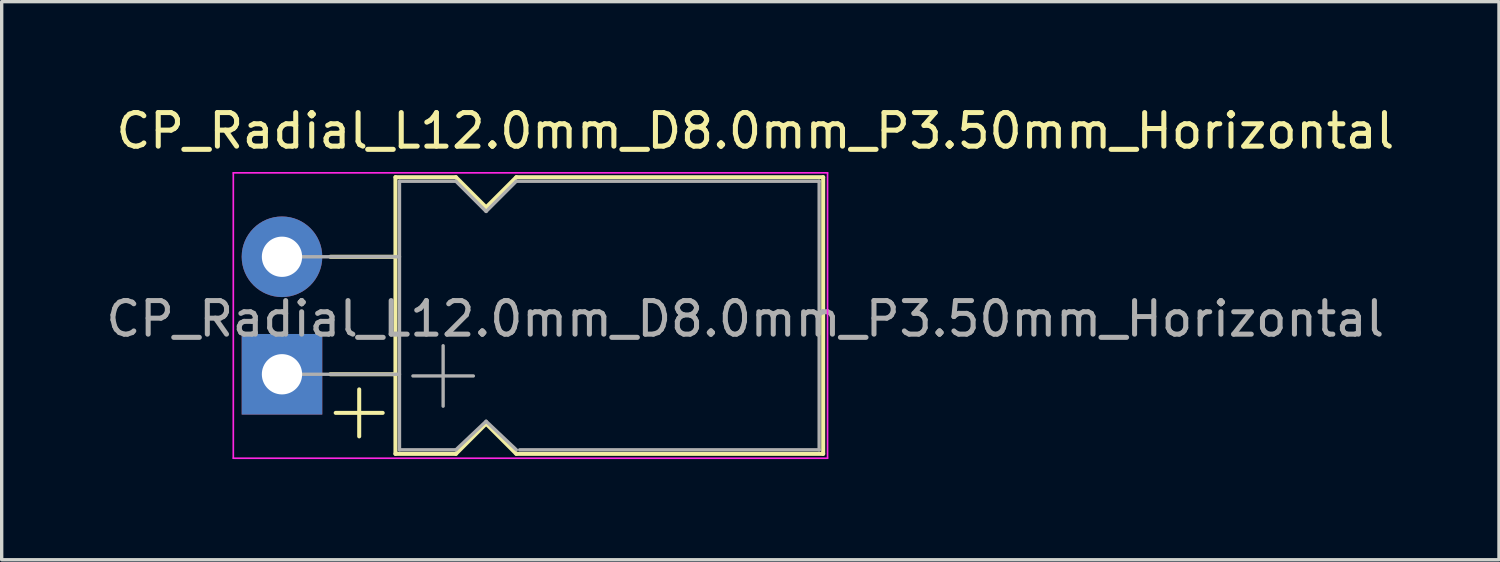
<source format=kicad_pcb>
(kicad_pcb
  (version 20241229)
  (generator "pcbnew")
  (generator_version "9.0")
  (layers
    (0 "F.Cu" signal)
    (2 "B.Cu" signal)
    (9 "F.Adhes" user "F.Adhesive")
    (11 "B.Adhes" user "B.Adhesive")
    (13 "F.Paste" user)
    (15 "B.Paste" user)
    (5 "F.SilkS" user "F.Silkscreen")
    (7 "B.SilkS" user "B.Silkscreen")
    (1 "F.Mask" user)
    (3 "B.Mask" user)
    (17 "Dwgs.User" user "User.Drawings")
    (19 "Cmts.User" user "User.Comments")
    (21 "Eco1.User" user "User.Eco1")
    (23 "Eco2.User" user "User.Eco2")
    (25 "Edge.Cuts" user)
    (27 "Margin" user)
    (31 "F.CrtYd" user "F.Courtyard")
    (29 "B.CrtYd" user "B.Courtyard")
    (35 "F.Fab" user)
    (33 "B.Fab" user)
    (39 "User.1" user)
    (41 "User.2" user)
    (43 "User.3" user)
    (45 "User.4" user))
  (footprint "CP_Radial_L12.0mm_D8.0mm_P3.50mm_Horizontal"
    (layer "F.Cu")
    (at 5.349 6.348)
    (property "Reference" "CP_Radial_L12.0mm_D8.0mm_P3.50mm_Horizontal" (at 14.1 -5.5 0) (layer "F.SilkS") (effects (font (size 1 1) (thickness 0.15))))
    (attr through_hole)
    (fp_line (start 1.44 -1.75) (end 3.38 -1.75) (stroke (width 0.12) (type solid)) (layer "F.SilkS"))
    (fp_line (start 1.44 1.75) (end 3.38 1.75) (stroke (width 0.12) (type solid)) (layer "F.SilkS"))
    (fp_line (start 1.6 2.9) (end 3 2.9) (stroke (width 0.12) (type solid)) (layer "F.SilkS"))
    (fp_line (start 2.3 2.2) (end 2.3 3.6) (stroke (width 0.12) (type solid)) (layer "F.SilkS"))
    (fp_line (start 3.38 -4.12) (end 3.38 4.12) (stroke (width 0.12) (type solid)) (layer "F.SilkS"))
    (fp_line (start 3.38 -4.12) (end 5.18 -4.12) (stroke (width 0.12) (type solid)) (layer "F.SilkS"))
    (fp_line (start 3.38 4.12) (end 5.18 4.12) (stroke (width 0.12) (type solid)) (layer "F.SilkS"))
    (fp_line (start 5.18 -4.12) (end 6.08 -3.22) (stroke (width 0.12) (type solid)) (layer "F.SilkS"))
    (fp_line (start 5.18 4.12) (end 6.08 3.22) (stroke (width 0.12) (type solid)) (layer "F.SilkS"))
    (fp_line (start 6.08 -3.22) (end 6.98 -4.12) (stroke (width 0.12) (type solid)) (layer "F.SilkS"))
    (fp_line (start 6.08 3.22) (end 6.98 4.12) (stroke (width 0.12) (type solid)) (layer "F.SilkS"))
    (fp_line (start 6.98 -4.12) (end 16.12 -4.12) (stroke (width 0.12) (type solid)) (layer "F.SilkS"))
    (fp_line (start 6.98 4.12) (end 16.12 4.12) (stroke (width 0.12) (type solid)) (layer "F.SilkS"))
    (fp_line (start 16.12 -4.12) (end 16.12 4.12) (stroke (width 0.12) (type solid)) (layer "F.SilkS"))
    (fp_line (start -1.45 -4.25) (end -1.45 4.25) (stroke (width 0.05) (type solid)) (layer "F.CrtYd"))
    (fp_line (start -1.45 4.25) (end 16.25 4.25) (stroke (width 0.05) (type solid)) (layer "F.CrtYd"))
    (fp_line (start 16.25 -4.25) (end -1.45 -4.25) (stroke (width 0.05) (type solid)) (layer "F.CrtYd"))
    (fp_line (start 16.25 4.25) (end 16.25 -4.25) (stroke (width 0.05) (type solid)) (layer "F.CrtYd"))
    (fp_line (start 0 -1.75) (end 3.5 -1.75) (stroke (width 0.1) (type solid)) (layer "F.Fab"))
    (fp_line (start 0 1.75) (end 3.5 1.75) (stroke (width 0.1) (type solid)) (layer "F.Fab"))
    (fp_line (start 3.5 -4) (end 3.5 4) (stroke (width 0.1) (type solid)) (layer "F.Fab"))
    (fp_line (start 3.5 -4) (end 5.18 -4) (stroke (width 0.1) (type solid)) (layer "F.Fab"))
    (fp_line (start 3.5 4) (end 5.18 4) (stroke (width 0.1) (type solid)) (layer "F.Fab"))
    (fp_line (start 3.9 1.8) (end 5.7 1.8) (stroke (width 0.1) (type solid)) (layer "F.Fab"))
    (fp_line (start 4.8 0.9) (end 4.8 2.7) (stroke (width 0.1) (type solid)) (layer "F.Fab"))
    (fp_line (start 5.18 -4) (end 6.08 -3.1) (stroke (width 0.1) (type solid)) (layer "F.Fab"))
    (fp_line (start 5.18 4) (end 6.08 3.15) (stroke (width 0.1) (type solid)) (layer "F.Fab"))
    (fp_line (start 6.08 -3.1) (end 6.98 -4) (stroke (width 0.1) (type solid)) (layer "F.Fab"))
    (fp_line (start 6.08 3.15) (end 6.98 4) (stroke (width 0.1) (type solid)) (layer "F.Fab"))
    (fp_line (start 6.98 -4) (end 16 -4) (stroke (width 0.1) (type solid)) (layer "F.Fab"))
    (fp_line (start 7.08 4) (end 16 4) (stroke (width 0.1) (type solid)) (layer "F.Fab"))
    (fp_line (start 16 -4) (end 16 4) (stroke (width 0.1) (type solid)) (layer "F.Fab"))
    (fp_text user "${REFERENCE}" (at 13.8 0.1 0) (layer "F.Fab") (effects (font (size 1 1) (thickness 0.15))))
    (pad "1" thru_hole rect (at 0 1.75) (size 2.4 2.4) (drill 1.2) (layers "*.Cu" "*.Mask"))
    (pad "2" thru_hole oval (at 0 -1.75) (size 2.4 2.4) (drill 1.2) (layers "*.Cu" "*.Mask")))
  (gr_rect
    (start -3 -3)
    (end 41.598 13.623)
    (stroke (width 0.1) (type default))
    (fill no)
    (layer "Edge.Cuts")))
</source>
